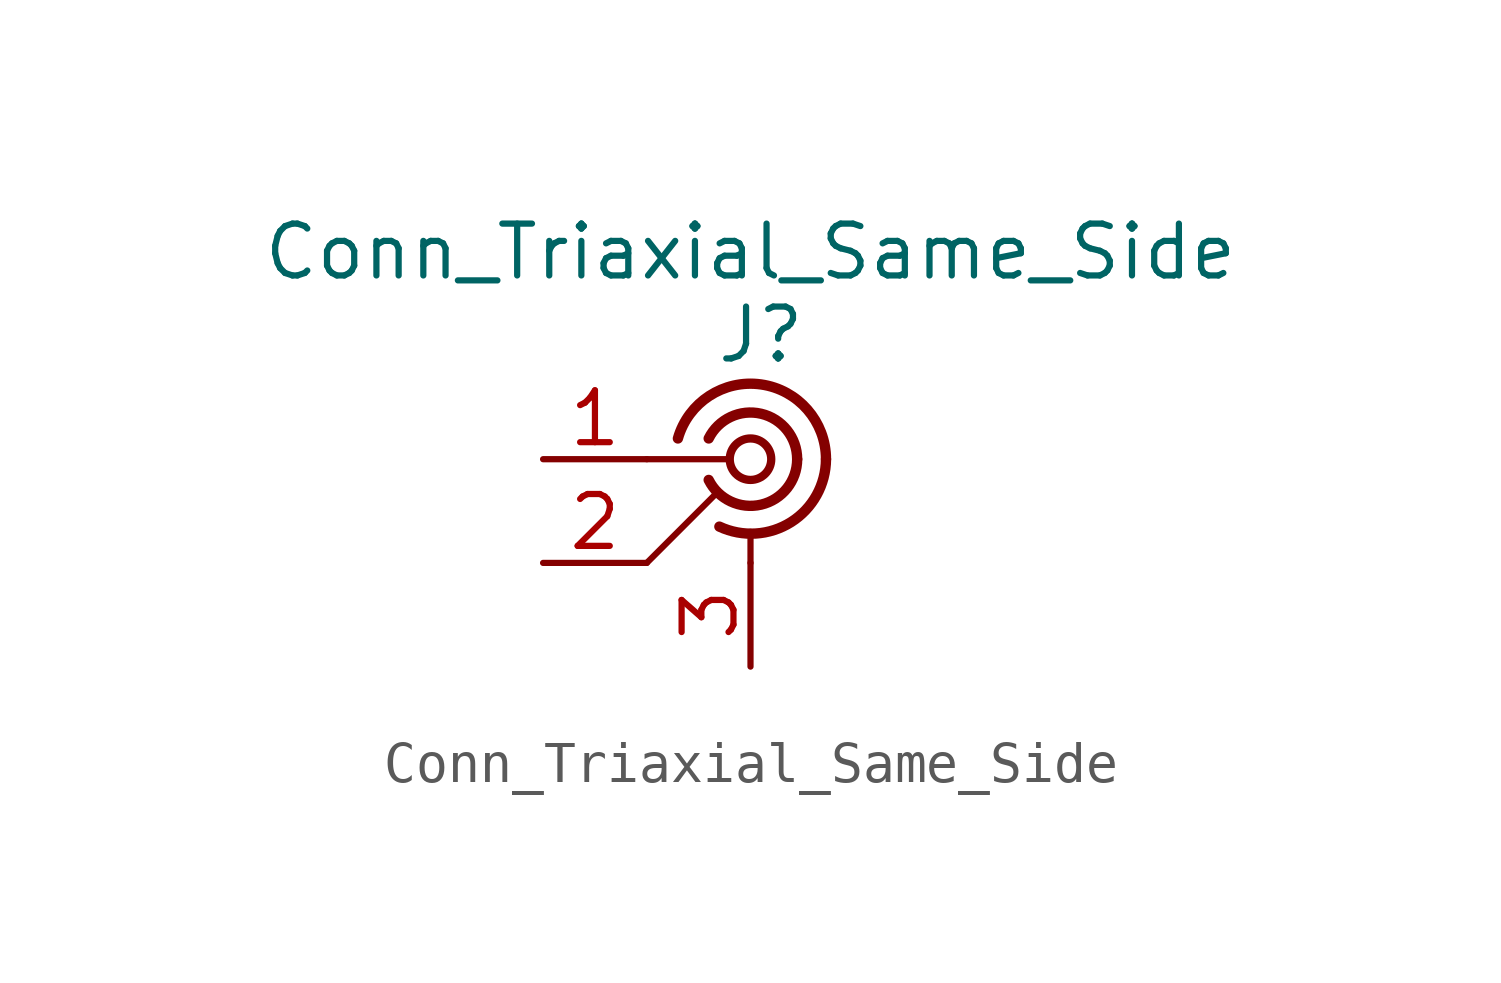
<source format=kicad_sym>
(kicad_symbol_lib
  (version 20241209)
  (generator "kicad_symbol_editor")
  (generator_version "9.0")
  (symbol "Conn_Triaxial_Same_Side"
    (pin_names
      (hide yes))
    (property "Reference" "J"
      (at 0.254 5.588 0)
      (effects (font (size 1.27 1.27))))
    (property "Value" "Conn_Triaxial_Same_Side"
      (at 0 7.62 0)
      (effects (font (size 1.27 1.27))))
    (symbol "Conn_Triaxial_Same_Side_0_1"
      (polyline (pts (xy -2.54 2.54) (xy -0.508 2.54)) (stroke (width 0) (type default)) (fill (type none)))
      (polyline (pts (xy -2.54 0) (xy -0.889 1.651)) (stroke (width 0) (type default)) (fill (type none)))
      (circle (center 0 2.54) (radius 0.508) (stroke (width 0.203) (type default)) (fill (type none)))
      (arc (start 1.143 2.54) (mid 0.2609 1.4272) (end -1.0239 2.032) (stroke (width 0.254) (type default)) (fill (type none)))
      (arc (start -1.778 3.048) (mid 0.2565 4.3712) (end 1.8491 2.54) (stroke (width 0.254) (type default)) (fill (type none)))
      (arc (start -1.0239 3.048) (mid 0.2609 3.6527) (end 1.143 2.54) (stroke (width 0.254) (type default)) (fill (type none)))
      (polyline (pts (xy 0 0) (xy 0 0.762)) (stroke (width 0) (type default)) (fill (type none)))
      (arc (start 1.8491 2.54) (mid 0.9954 0.9999) (end -0.762 0.889) (stroke (width 0.254) (type default)) (fill (type none))))
    (symbol "Conn_Triaxial_Same_Side_1_1"
      (pin passive line (at -5.08 2.54 0) (length 2.54) (name "In1" (effects (font (size 1.27 1.27)))) (number "1" (effects (font (size 1.27 1.27)))))
      (pin passive line (at -5.08 0 0) (length 2.54) (name "In2" (effects (font (size 1.27 1.27)))) (number "2" (effects (font (size 1.27 1.27)))))
      (pin passive line (at 0 -2.54 90) (length 2.54) (name "Ext" (effects (font (size 1.27 1.27)))) (number "3" (effects (font (size 1.27 1.27))))))))
</source>
